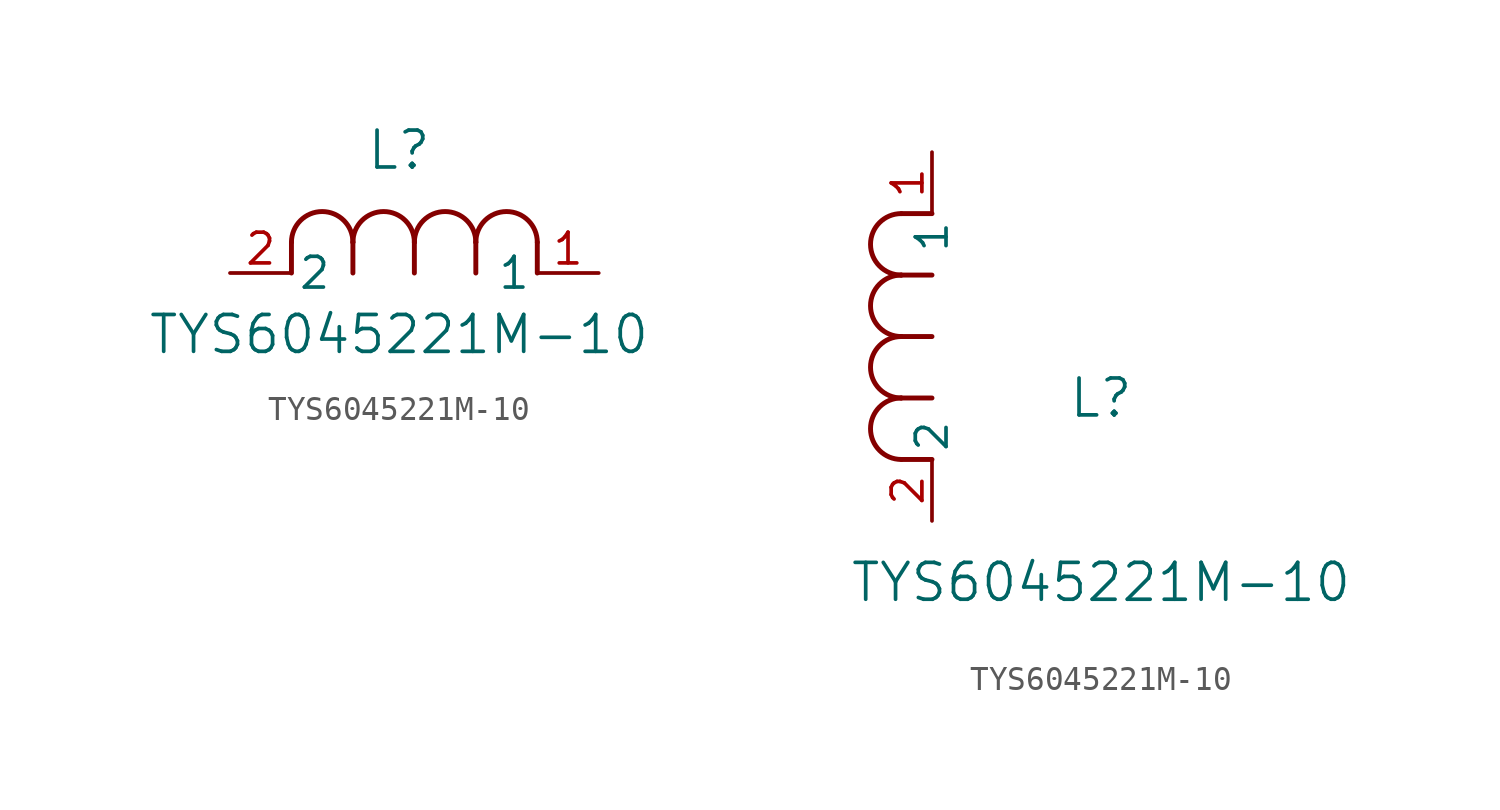
<source format=kicad_sym>
(kicad_symbol_lib
  (version 20211014)
  (generator kicad_symbol_editor)
  (symbol "TYS6045221M-10"
    (pin_names
      (offset 0.254))
    (property "Reference" "L"
      (at 6.985 5.08 0)
      (effects (font (size 1.524 1.524))))
    (property "Value" "TYS6045221M-10"
      (at 6.985 -2.54 0)
      (effects (font (size 1.524 1.524))))
    (symbol "TYS6045221M-10_1_1"
      (arc (start 7.62 1.27) (mid 6.35 2.54) (end 5.08 1.27) (stroke (width 0.2032) (type default) (color 0 0 0 0)) (fill (type none)))
      (polyline (pts (xy 5.08 0) (xy 5.08 1.27)) (stroke (width 0.203) (type default) (color 0 0 0 0)) (fill (type none)))
      (polyline (pts (xy 7.62 0) (xy 7.62 1.27)) (stroke (width 0.203) (type default) (color 0 0 0 0)) (fill (type none)))
      (polyline (pts (xy 12.7 0) (xy 12.7 1.27)) (stroke (width 0.203) (type default) (color 0 0 0 0)) (fill (type none)))
      (arc (start 5.08 1.27) (mid 3.81 2.54) (end 2.54 1.27) (stroke (width 0.2032) (type default) (color 0 0 0 0)) (fill (type none)))
      (arc (start 10.16 1.27) (mid 8.89 2.54) (end 7.62 1.27) (stroke (width 0.2032) (type default) (color 0 0 0 0)) (fill (type none)))
      (arc (start 12.7 1.27) (mid 11.43 2.54) (end 10.16 1.27) (stroke (width 0.2032) (type default) (color 0 0 0 0)) (fill (type none)))
      (polyline (pts (xy 2.54 0) (xy 2.54 1.27)) (stroke (width 0.203) (type default) (color 0 0 0 0)) (fill (type none)))
      (polyline (pts (xy 10.16 0) (xy 10.16 1.27)) (stroke (width 0.203) (type default) (color 0 0 0 0)) (fill (type none)))
      (pin unspecified line (at 0 0 0) (length 2.54) (name "2" (effects (font (size 1.27 1.27)))) (number "2" (effects (font (size 1.27 1.27)))))
      (pin unspecified line (at 15.24 0 180) (length 2.54) (name "1" (effects (font (size 1.27 1.27)))) (number "1" (effects (font (size 1.27 1.27))))))
    (symbol "TYS6045221M-10_1_2"
      (arc (start -1.27 7.62) (mid -2.54 6.35) (end -1.27 5.08) (stroke (width 0.2032) (type default) (color 0 0 0 0)) (fill (type none)))
      (arc (start -1.27 5.08) (mid -2.54 3.81) (end -1.27 2.54) (stroke (width 0.2032) (type default) (color 0 0 0 0)) (fill (type none)))
      (arc (start -1.27 12.7) (mid -2.54 11.43) (end -1.27 10.16) (stroke (width 0.2032) (type default) (color 0 0 0 0)) (fill (type none)))
      (arc (start -1.27 10.16) (mid -2.54 8.89) (end -1.27 7.62) (stroke (width 0.2032) (type default) (color 0 0 0 0)) (fill (type none)))
      (polyline (pts (xy 0 7.62) (xy -1.27 7.62)) (stroke (width 0.203) (type default) (color 0 0 0 0)) (fill (type none)))
      (polyline (pts (xy 0 5.08) (xy -1.27 5.08)) (stroke (width 0.203) (type default) (color 0 0 0 0)) (fill (type none)))
      (polyline (pts (xy 0 12.7) (xy -1.27 12.7)) (stroke (width 0.203) (type default) (color 0 0 0 0)) (fill (type none)))
      (polyline (pts (xy 0 2.54) (xy -1.27 2.54)) (stroke (width 0.203) (type default) (color 0 0 0 0)) (fill (type none)))
      (polyline (pts (xy 0 10.16) (xy -1.27 10.16)) (stroke (width 0.203) (type default) (color 0 0 0 0)) (fill (type none)))
      (pin unspecified line (at 0 0 90) (length 2.54) (name "2" (effects (font (size 1.27 1.27)))) (number "2" (effects (font (size 1.27 1.27)))))
      (pin unspecified line (at 0 15.24 270) (length 2.54) (name "1" (effects (font (size 1.27 1.27)))) (number "1" (effects (font (size 1.27 1.27))))))))
</source>
